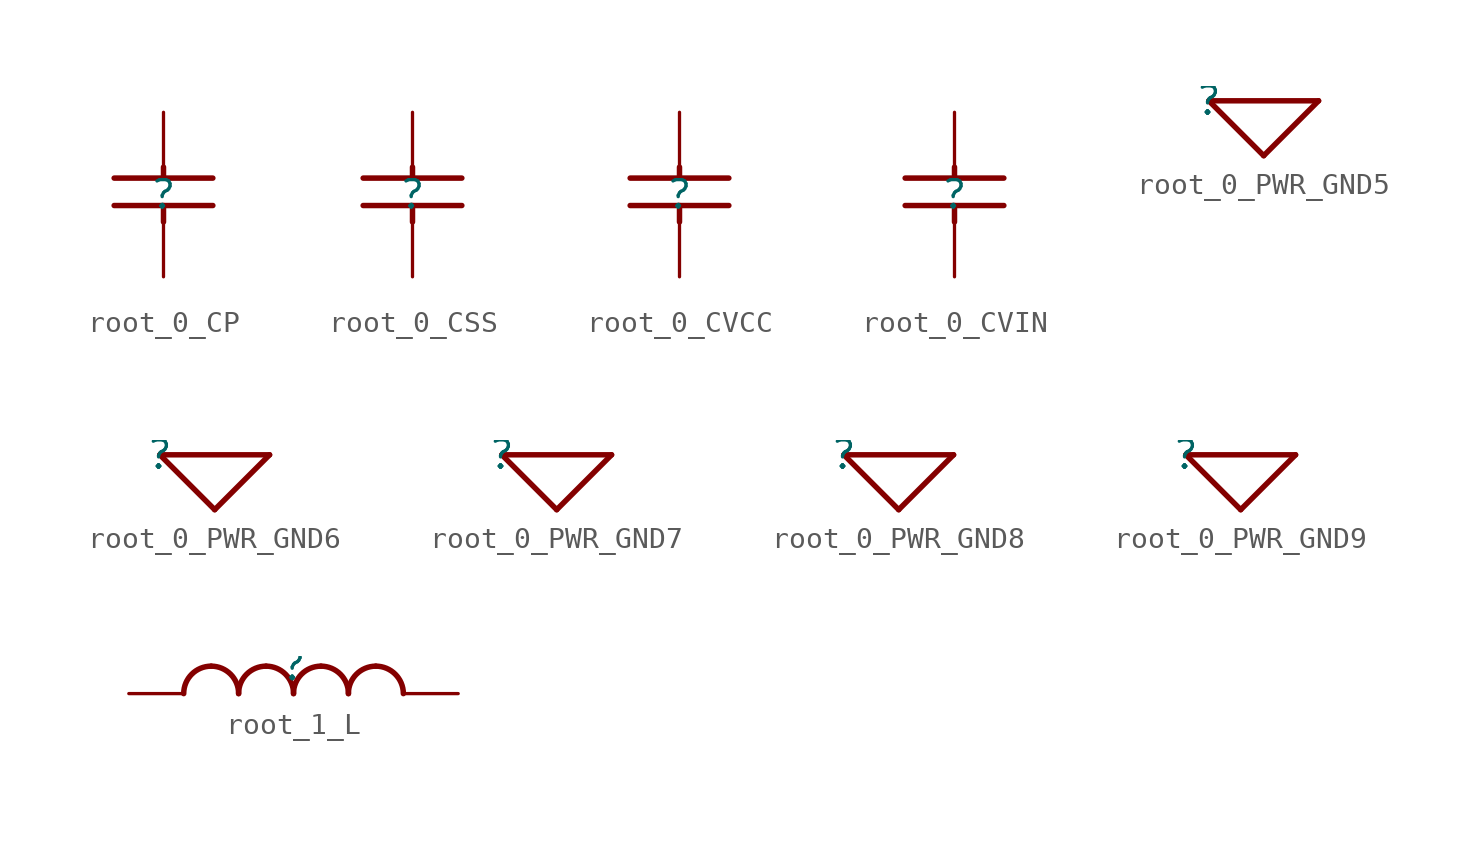
<source format=kicad_sym>
(kicad_symbol_lib
  (version 20231120)
  (generator "kicad_symbol_editor")
  (generator_version "8.0")
  (symbol "root_0_CP"
    (property "Reference" ""
      (at 0 0 0)
      (effects (font (size 1.27 1.27))))
    (property "Value" ""
      (at 0 0 0)
      (effects (font (size 1.27 1.27))))
    (symbol "root_0_CP_1_0"
      (polyline (pts (xy -2.286 -0.508) (xy 2.286 -0.508)) (stroke (width 0.254) (type solid)) (fill (type none)))
      (polyline (pts (xy -2.286 0.762) (xy 2.286 0.762)) (stroke (width 0.254) (type solid)) (fill (type none)))
      (polyline (pts (xy 0 -1.27) (xy 0 -0.508)) (stroke (width 0.254) (type solid)) (fill (type none)))
      (polyline (pts (xy 0 1.27) (xy 0 0.762)) (stroke (width 0.254) (type solid)) (fill (type none)))
      (pin passive line (at 0 3.81 270) (length 2.54) (name "1" (effects (font (size 0 0)))) (number "1" (effects (font (size 0 0)))))
      (pin passive line (at 0 -3.81 90) (length 2.54) (name "2" (effects (font (size 0 0)))) (number "2" (effects (font (size 0 0)))))))
  (symbol "root_0_CSS"
    (property "Reference" ""
      (at 0 0 0)
      (effects (font (size 1.27 1.27))))
    (property "Value" ""
      (at 0 0 0)
      (effects (font (size 1.27 1.27))))
    (symbol "root_0_CSS_1_0"
      (polyline (pts (xy -2.286 -0.508) (xy 2.286 -0.508)) (stroke (width 0.254) (type solid)) (fill (type none)))
      (polyline (pts (xy -2.286 0.762) (xy 2.286 0.762)) (stroke (width 0.254) (type solid)) (fill (type none)))
      (polyline (pts (xy 0 -1.27) (xy 0 -0.508)) (stroke (width 0.254) (type solid)) (fill (type none)))
      (polyline (pts (xy 0 1.27) (xy 0 0.762)) (stroke (width 0.254) (type solid)) (fill (type none)))
      (pin passive line (at 0 3.81 270) (length 2.54) (name "1" (effects (font (size 0 0)))) (number "1" (effects (font (size 0 0)))))
      (pin passive line (at 0 -3.81 90) (length 2.54) (name "2" (effects (font (size 0 0)))) (number "2" (effects (font (size 0 0)))))))
  (symbol "root_0_CVCC"
    (property "Reference" ""
      (at 0 0 0)
      (effects (font (size 1.27 1.27))))
    (property "Value" ""
      (at 0 0 0)
      (effects (font (size 1.27 1.27))))
    (symbol "root_0_CVCC_1_0"
      (polyline (pts (xy -2.286 -0.508) (xy 2.286 -0.508)) (stroke (width 0.254) (type solid)) (fill (type none)))
      (polyline (pts (xy -2.286 0.762) (xy 2.286 0.762)) (stroke (width 0.254) (type solid)) (fill (type none)))
      (polyline (pts (xy 0 -1.27) (xy 0 -0.508)) (stroke (width 0.254) (type solid)) (fill (type none)))
      (polyline (pts (xy 0 1.27) (xy 0 0.762)) (stroke (width 0.254) (type solid)) (fill (type none)))
      (pin passive line (at 0 3.81 270) (length 2.54) (name "1" (effects (font (size 0 0)))) (number "1" (effects (font (size 0 0)))))
      (pin passive line (at 0 -3.81 90) (length 2.54) (name "2" (effects (font (size 0 0)))) (number "2" (effects (font (size 0 0)))))))
  (symbol "root_0_CVIN"
    (property "Reference" ""
      (at 0 0 0)
      (effects (font (size 1.27 1.27))))
    (property "Value" ""
      (at 0 0 0)
      (effects (font (size 1.27 1.27))))
    (symbol "root_0_CVIN_1_0"
      (polyline (pts (xy -2.286 -0.508) (xy 2.286 -0.508)) (stroke (width 0.254) (type solid)) (fill (type none)))
      (polyline (pts (xy -2.286 0.762) (xy 2.286 0.762)) (stroke (width 0.254) (type solid)) (fill (type none)))
      (polyline (pts (xy 0 -1.27) (xy 0 -0.508)) (stroke (width 0.254) (type solid)) (fill (type none)))
      (polyline (pts (xy 0 1.27) (xy 0 0.762)) (stroke (width 0.254) (type solid)) (fill (type none)))
      (pin passive line (at 0 3.81 270) (length 2.54) (name "1" (effects (font (size 0 0)))) (number "1" (effects (font (size 0 0)))))
      (pin passive line (at 0 -3.81 90) (length 2.54) (name "2" (effects (font (size 0 0)))) (number "2" (effects (font (size 0 0)))))))
  (symbol "root_0_PWR_GND5"
    (property "Reference" ""
      (at 0 0 0)
      (effects (font (size 1.27 1.27))))
    (property "Value" ""
      (at 0 0 0)
      (effects (font (size 1.27 1.27))))
    (symbol "root_0_PWR_GND5_1_0"
      (polyline (pts (xy 0 0) (xy 5.08 0)) (stroke (width 0.254) (type solid)) (fill (type none)))
      (polyline (pts (xy 2.54 -2.54) (xy 0 0)) (stroke (width 0.254) (type solid)) (fill (type none)))
      (polyline (pts (xy 5.08 0) (xy 2.54 -2.54)) (stroke (width 0.254) (type solid)) (fill (type none)))
      (pin power_in line (at 2.54 0 180) (length 0) (name "GND" (effects (font (size 0 0)))) (number "1" (effects (font (size 0 0)))))))
  (symbol "root_0_PWR_GND6"
    (property "Reference" ""
      (at 0 0 0)
      (effects (font (size 1.27 1.27))))
    (property "Value" ""
      (at 0 0 0)
      (effects (font (size 1.27 1.27))))
    (symbol "root_0_PWR_GND6_1_0"
      (polyline (pts (xy 0 0) (xy 5.08 0)) (stroke (width 0.254) (type solid)) (fill (type none)))
      (polyline (pts (xy 2.54 -2.54) (xy 0 0)) (stroke (width 0.254) (type solid)) (fill (type none)))
      (polyline (pts (xy 5.08 0) (xy 2.54 -2.54)) (stroke (width 0.254) (type solid)) (fill (type none)))
      (pin power_in line (at 2.54 0 180) (length 0) (name "GND" (effects (font (size 0 0)))) (number "1" (effects (font (size 0 0)))))))
  (symbol "root_0_PWR_GND7"
    (property "Reference" ""
      (at 0 0 0)
      (effects (font (size 1.27 1.27))))
    (property "Value" ""
      (at 0 0 0)
      (effects (font (size 1.27 1.27))))
    (symbol "root_0_PWR_GND7_1_0"
      (polyline (pts (xy 0 0) (xy 5.08 0)) (stroke (width 0.254) (type solid)) (fill (type none)))
      (polyline (pts (xy 2.54 -2.54) (xy 0 0)) (stroke (width 0.254) (type solid)) (fill (type none)))
      (polyline (pts (xy 5.08 0) (xy 2.54 -2.54)) (stroke (width 0.254) (type solid)) (fill (type none)))
      (pin power_in line (at 2.54 0 180) (length 0) (name "GND" (effects (font (size 0 0)))) (number "1" (effects (font (size 0 0)))))))
  (symbol "root_0_PWR_GND8"
    (property "Reference" ""
      (at 0 0 0)
      (effects (font (size 1.27 1.27))))
    (property "Value" ""
      (at 0 0 0)
      (effects (font (size 1.27 1.27))))
    (symbol "root_0_PWR_GND8_1_0"
      (polyline (pts (xy 0 0) (xy 5.08 0)) (stroke (width 0.254) (type solid)) (fill (type none)))
      (polyline (pts (xy 2.54 -2.54) (xy 0 0)) (stroke (width 0.254) (type solid)) (fill (type none)))
      (polyline (pts (xy 5.08 0) (xy 2.54 -2.54)) (stroke (width 0.254) (type solid)) (fill (type none)))
      (pin power_in line (at 2.54 0 180) (length 0) (name "GND" (effects (font (size 0 0)))) (number "1" (effects (font (size 0 0)))))))
  (symbol "root_0_PWR_GND9"
    (property "Reference" ""
      (at 0 0 0)
      (effects (font (size 1.27 1.27))))
    (property "Value" ""
      (at 0 0 0)
      (effects (font (size 1.27 1.27))))
    (symbol "root_0_PWR_GND9_1_0"
      (polyline (pts (xy 0 0) (xy 5.08 0)) (stroke (width 0.254) (type solid)) (fill (type none)))
      (polyline (pts (xy 2.54 -2.54) (xy 0 0)) (stroke (width 0.254) (type solid)) (fill (type none)))
      (polyline (pts (xy 5.08 0) (xy 2.54 -2.54)) (stroke (width 0.254) (type solid)) (fill (type none)))
      (pin power_in line (at 2.54 0 180) (length 0) (name "GND" (effects (font (size 0 0)))) (number "1" (effects (font (size 0 0)))))))
  (symbol "root_1_L"
    (property "Reference" ""
      (at 0 0 0)
      (effects (font (size 1.27 1.27))))
    (property "Value" ""
      (at 0 0 0)
      (effects (font (size 1.27 1.27))))
    (symbol "root_1_L_1_0"
      (arc (start -3.81 0) (mid -4.708 -0.372) (end -5.08 -1.27) (stroke (width 0.254) (type solid)) (fill (type none)))
      (arc (start -2.54 -1.27) (mid -2.912 -0.372) (end -3.81 0) (stroke (width 0.254) (type solid)) (fill (type none)))
      (arc (start -1.27 0) (mid -2.168 -0.372) (end -2.54 -1.27) (stroke (width 0.254) (type solid)) (fill (type none)))
      (arc (start 0 -1.27) (mid -0.372 -0.372) (end -1.27 0) (stroke (width 0.254) (type solid)) (fill (type none)))
      (arc (start 1.27 0) (mid 0.372 -0.372) (end 0 -1.27) (stroke (width 0.254) (type solid)) (fill (type none)))
      (arc (start 2.54 -1.27) (mid 2.168 -0.372) (end 1.27 0) (stroke (width 0.254) (type solid)) (fill (type none)))
      (arc (start 3.81 0) (mid 2.912 -0.372) (end 2.54 -1.27) (stroke (width 0.254) (type solid)) (fill (type none)))
      (arc (start 5.08 -1.27) (mid 4.708 -0.372) (end 3.81 0) (stroke (width 0.254) (type solid)) (fill (type none)))
      (pin passive line (at -7.62 -1.27 0) (length 2.54) (name "1" (effects (font (size 0 0)))) (number "1" (effects (font (size 0 0)))))
      (pin passive line (at 7.62 -1.27 180) (length 2.54) (name "2" (effects (font (size 0 0)))) (number "2" (effects (font (size 0 0))))))))
</source>
